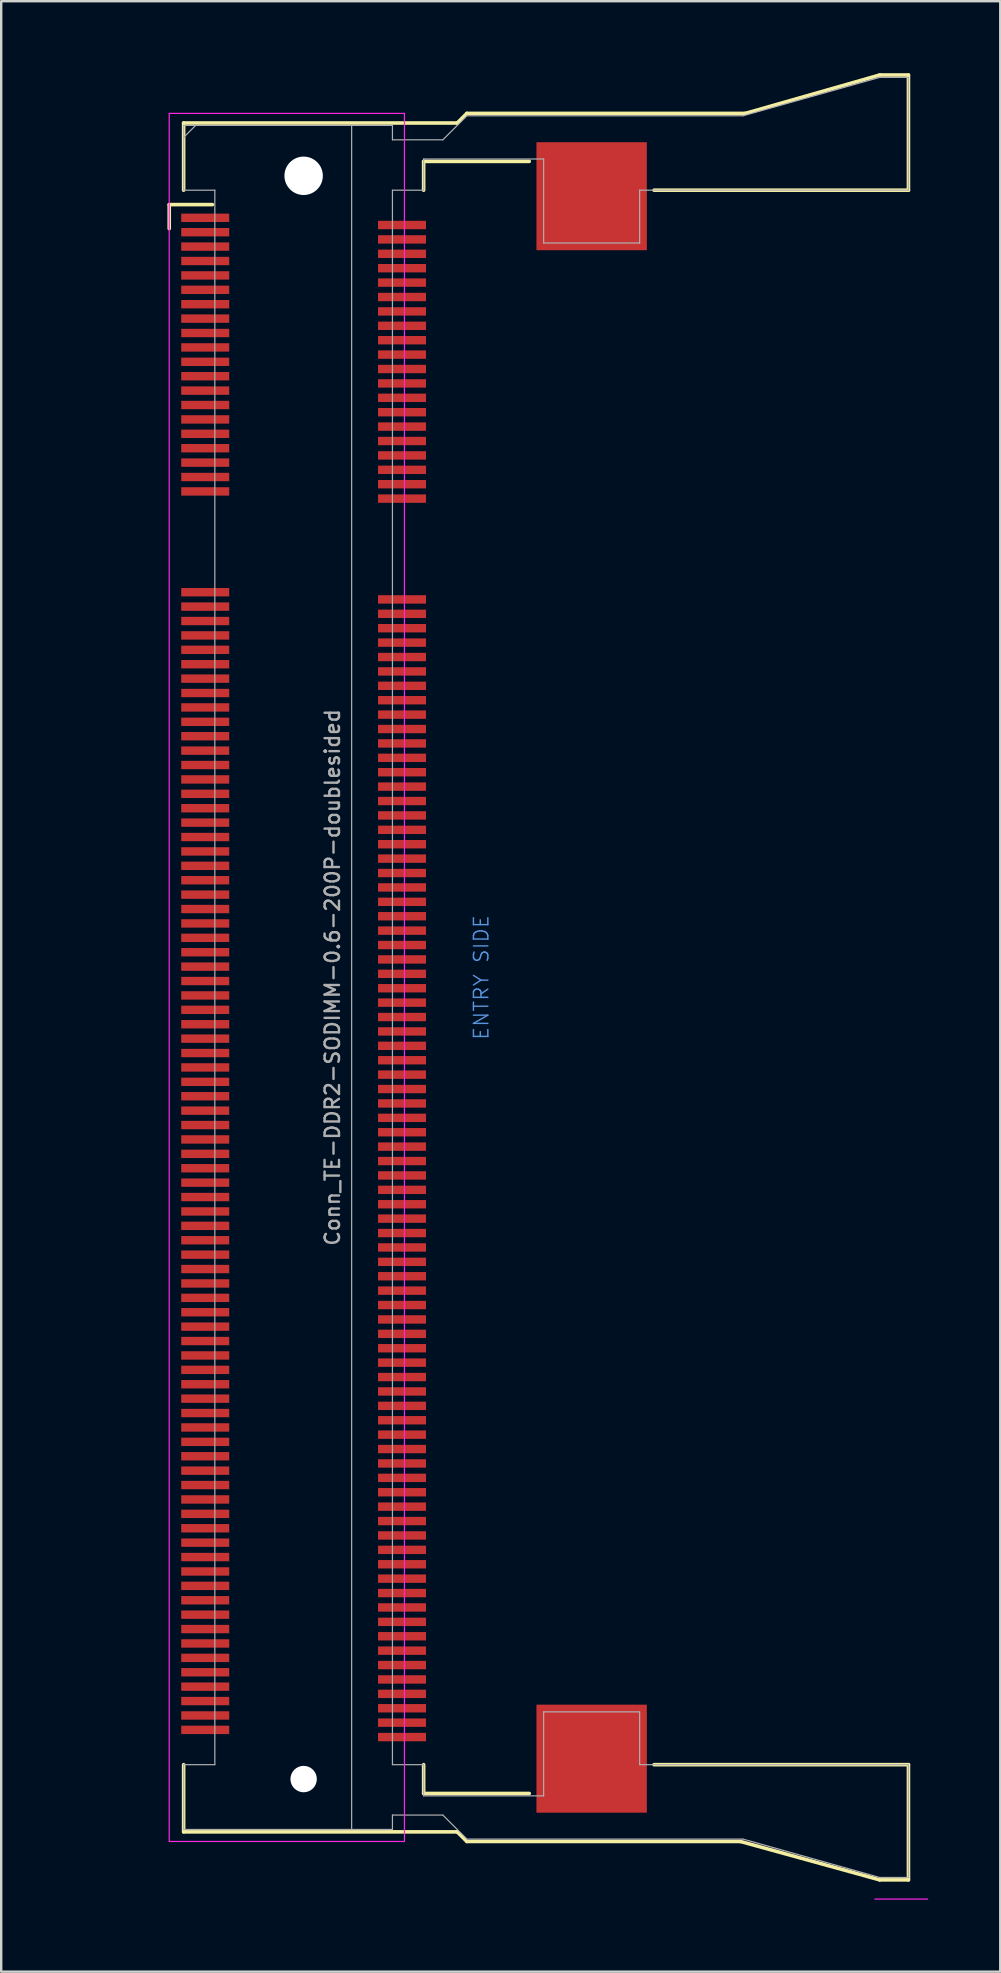
<source format=kicad_pcb>
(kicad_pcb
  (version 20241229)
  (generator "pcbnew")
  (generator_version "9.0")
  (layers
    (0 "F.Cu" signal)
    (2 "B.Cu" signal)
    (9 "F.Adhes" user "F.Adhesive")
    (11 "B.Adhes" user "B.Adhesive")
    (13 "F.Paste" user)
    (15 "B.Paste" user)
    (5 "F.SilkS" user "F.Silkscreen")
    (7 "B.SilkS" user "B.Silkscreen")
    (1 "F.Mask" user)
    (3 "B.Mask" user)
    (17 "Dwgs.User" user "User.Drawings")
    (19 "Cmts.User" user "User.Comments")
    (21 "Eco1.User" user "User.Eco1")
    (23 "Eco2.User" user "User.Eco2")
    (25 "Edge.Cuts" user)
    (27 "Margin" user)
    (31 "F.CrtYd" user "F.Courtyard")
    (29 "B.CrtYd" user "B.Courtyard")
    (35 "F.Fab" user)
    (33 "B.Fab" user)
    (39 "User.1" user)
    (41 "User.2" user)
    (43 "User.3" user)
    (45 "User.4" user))
  (footprint "Conn_TE-DDR2-SODIMM-0.6-200P-doublesided"
    (layer "F.Cu")
    (at 9.601 37.675)
    (property "Reference" "Conn_TE-DDR2-SODIMM-0.6-200P-doublesided" (at 1.2 0 90) (layer "F.Fab") (effects (font (size 0.6 0.6) (thickness 0.1))))
    (attr through_hole)
    (fp_line (start -5.6 -32.2) (end -3.8 -32.2) (stroke (width 0.15) (type solid)) (layer "F.SilkS"))
    (fp_line (start -5.6 -31.2) (end -5.6 -32.2) (stroke (width 0.15) (type solid)) (layer "F.SilkS"))
    (fp_line (start -5 -35.6) (end 6.4 -35.6) (stroke (width 0.15) (type solid)) (layer "F.SilkS"))
    (fp_line (start -5 -32.8) (end -5 -35.6) (stroke (width 0.15) (type solid)) (layer "F.SilkS"))
    (fp_line (start -5 32.8) (end -5 35.6) (stroke (width 0.15) (type solid)) (layer "F.SilkS"))
    (fp_line (start -5 35.6) (end 6.4 35.6) (stroke (width 0.15) (type solid)) (layer "F.SilkS"))
    (fp_line (start 5 -34) (end 9.4 -34) (stroke (width 0.15) (type solid)) (layer "F.SilkS"))
    (fp_line (start 5 -32.8) (end 5 -34) (stroke (width 0.15) (type solid)) (layer "F.SilkS"))
    (fp_line (start 5 34) (end 5 32.8) (stroke (width 0.15) (type solid)) (layer "F.SilkS"))
    (fp_line (start 6.4 -35.6) (end 6.8 -36) (stroke (width 0.15) (type solid)) (layer "F.SilkS"))
    (fp_line (start 6.4 35.6) (end 6.8 36) (stroke (width 0.15) (type solid)) (layer "F.SilkS"))
    (fp_line (start 6.8 -36) (end 18.4 -36) (stroke (width 0.15) (type solid)) (layer "F.SilkS"))
    (fp_line (start 6.8 36) (end 18.2 36) (stroke (width 0.15) (type solid)) (layer "F.SilkS"))
    (fp_line (start 9.4 34) (end 5 34) (stroke (width 0.15) (type solid)) (layer "F.SilkS"))
    (fp_line (start 14.6 -32.8) (end 25.2 -32.8) (stroke (width 0.15) (type solid)) (layer "F.SilkS"))
    (fp_line (start 14.6 32.8) (end 25.2 32.8) (stroke (width 0.15) (type solid)) (layer "F.SilkS"))
    (fp_line (start 18.2 36) (end 24 37.6) (stroke (width 0.15) (type solid)) (layer "F.SilkS"))
    (fp_line (start 18.4 -36) (end 24 -37.6) (stroke (width 0.15) (type solid)) (layer "F.SilkS"))
    (fp_line (start 24 -37.6) (end 25.2 -37.6) (stroke (width 0.15) (type solid)) (layer "F.SilkS"))
    (fp_line (start 24 37.6) (end 25.2 37.6) (stroke (width 0.15) (type solid)) (layer "F.SilkS"))
    (fp_line (start 25.2 -37.6) (end 25.2 -32.8) (stroke (width 0.15) (type solid)) (layer "F.SilkS"))
    (fp_line (start 25.2 37.6) (end 25.2 32.8) (stroke (width 0.15) (type solid)) (layer "F.SilkS"))
    (fp_line (start -5.6 -36) (end -5.6 36) (stroke (width 0.05) (type solid)) (layer "F.CrtYd"))
    (fp_line (start -5.6 -36) (end 4.2 -36) (stroke (width 0.05) (type solid)) (layer "F.CrtYd"))
    (fp_line (start -5.6 36) (end 4.2 36) (stroke (width 0.05) (type solid)) (layer "F.CrtYd"))
    (fp_line (start 4.2 -36) (end 4.2 36) (stroke (width 0.05) (type solid)) (layer "F.CrtYd"))
    (fp_line (start 23.8 38.4) (end 26 38.4) (stroke (width 0.05) (type solid)) (layer "F.CrtYd"))
    (fp_line (start -5 -35.5) (end -5 -32.8) (stroke (width 0.05) (type solid)) (layer "F.Fab"))
    (fp_line (start -5 -35.5) (end 2 -35.5) (stroke (width 0.05) (type solid)) (layer "F.Fab"))
    (fp_line (start -5 -35) (end -4.5 -35.5) (stroke (width 0.05) (type solid)) (layer "F.Fab"))
    (fp_line (start -5 -32.8) (end -3.7 -32.8) (stroke (width 0.05) (type solid)) (layer "F.Fab"))
    (fp_line (start -5 32.8) (end -3.7 32.8) (stroke (width 0.05) (type solid)) (layer "F.Fab"))
    (fp_line (start -5 35.5) (end -5 32.8) (stroke (width 0.05) (type solid)) (layer "F.Fab"))
    (fp_line (start -3.7 32.8) (end -3.7 -32.8) (stroke (width 0.05) (type solid)) (layer "F.Fab"))
    (fp_line (start 2 -35.5) (end 2 35.5) (stroke (width 0.05) (type solid)) (layer "F.Fab"))
    (fp_line (start 2 35.5) (end -5 35.5) (stroke (width 0.05) (type solid)) (layer "F.Fab"))
    (fp_line (start 3.7 -35.5) (end 2 -35.5) (stroke (width 0.05) (type solid)) (layer "F.Fab"))
    (fp_line (start 3.7 -35.5) (end 3.7 -34.9) (stroke (width 0.05) (type solid)) (layer "F.Fab"))
    (fp_line (start 3.7 -32.8) (end 3.7 32.8) (stroke (width 0.05) (type solid)) (layer "F.Fab"))
    (fp_line (start 3.7 -32.8) (end 5 -32.8) (stroke (width 0.05) (type solid)) (layer "F.Fab"))
    (fp_line (start 3.7 34.9) (end 3.7 35.5) (stroke (width 0.05) (type solid)) (layer "F.Fab"))
    (fp_line (start 3.7 34.9) (end 5.8 34.9) (stroke (width 0.05) (type solid)) (layer "F.Fab"))
    (fp_line (start 3.7 35.5) (end 2 35.5) (stroke (width 0.05) (type solid)) (layer "F.Fab"))
    (fp_line (start 5 -34.1) (end 10 -34.1) (stroke (width 0.05) (type solid)) (layer "F.Fab"))
    (fp_line (start 5 -32.8) (end 5 -34.1) (stroke (width 0.05) (type solid)) (layer "F.Fab"))
    (fp_line (start 5 32.8) (end 3.7 32.8) (stroke (width 0.05) (type solid)) (layer "F.Fab"))
    (fp_line (start 5 34.1) (end 5 32.8) (stroke (width 0.05) (type solid)) (layer "F.Fab"))
    (fp_line (start 5 34.1) (end 10 34.1) (stroke (width 0.05) (type solid)) (layer "F.Fab"))
    (fp_line (start 5.8 -34.9) (end 3.7 -34.9) (stroke (width 0.05) (type solid)) (layer "F.Fab"))
    (fp_line (start 5.8 -34.9) (end 6.8 -35.9) (stroke (width 0.05) (type solid)) (layer "F.Fab"))
    (fp_line (start 5.8 34.9) (end 6.8 35.9) (stroke (width 0.05) (type solid)) (layer "F.Fab"))
    (fp_line (start 6.8 -35.9) (end 18.3 -35.9) (stroke (width 0.05) (type solid)) (layer "F.Fab"))
    (fp_line (start 10 -34.1) (end 10 -30.6) (stroke (width 0.05) (type solid)) (layer "F.Fab"))
    (fp_line (start 10 -30.6) (end 14 -30.6) (stroke (width 0.05) (type solid)) (layer "F.Fab"))
    (fp_line (start 10 30.6) (end 14 30.6) (stroke (width 0.05) (type solid)) (layer "F.Fab"))
    (fp_line (start 10 34.1) (end 10 30.6) (stroke (width 0.05) (type solid)) (layer "F.Fab"))
    (fp_line (start 14 -32.8) (end 25.2 -32.8) (stroke (width 0.05) (type solid)) (layer "F.Fab"))
    (fp_line (start 14 -30.6) (end 14 -32.8) (stroke (width 0.05) (type solid)) (layer "F.Fab"))
    (fp_line (start 14 30.6) (end 14 32.8) (stroke (width 0.05) (type solid)) (layer "F.Fab"))
    (fp_line (start 14 32.8) (end 25.2 32.8) (stroke (width 0.05) (type solid)) (layer "F.Fab"))
    (fp_line (start 18.3 35.9) (end 6.8 35.9) (stroke (width 0.05) (type solid)) (layer "F.Fab"))
    (fp_line (start 18.3 35.9) (end 24 37.5) (stroke (width 0.05) (type solid)) (layer "F.Fab"))
    (fp_line (start 24 -37.5) (end 18.3 -35.9) (stroke (width 0.05) (type solid)) (layer "F.Fab"))
    (fp_line (start 25.2 -37.5) (end 24 -37.5) (stroke (width 0.05) (type solid)) (layer "F.Fab"))
    (fp_line (start 25.2 -32.8) (end 25.2 -37.5) (stroke (width 0.05) (type solid)) (layer "F.Fab"))
    (fp_line (start 25.2 37.5) (end 24 37.5) (stroke (width 0.05) (type solid)) (layer "F.Fab"))
    (fp_line (start 25.2 37.5) (end 25.2 32.8) (stroke (width 0.05) (type solid)) (layer "F.Fab"))
    (fp_text user "ENTRY SIDE" (at 7.4 0 90) (layer "Cmts.User") (effects (font (size 0.6 0.6) (thickness 0.06))))
    (fp_text user "${REFERENCE}" (at -4 -35 0) (layer "Eco1.User") (effects (font (size 0.3 0.3) (thickness 0.03))))
    (pad "" np_thru_hole circle (at 0 -33.4) (size 1.6 1.6) (drill 1.6) (layers "*.Cu"))
    (pad "" np_thru_hole circle (at 0 33.4) (size 1.1 1.1) (drill 1.1) (layers "*.Cu"))
    (pad "1" smd rect (at -4.1 -31.65) (size 2 0.35) (layers "F.Cu" "F.Paste"))
    (pad "2" smd rect (at 4.1 -31.35) (size 2 0.35) (layers "F.Cu" "F.Paste"))
    (pad "3" smd rect (at -4.1 -31.05) (size 2 0.35) (layers "F.Cu" "F.Paste"))
    (pad "4" smd rect (at 4.1 -30.75) (size 2 0.35) (layers "F.Cu" "F.Paste"))
    (pad "5" smd rect (at -4.1 -30.45) (size 2 0.35) (layers "F.Cu" "F.Paste"))
    (pad "6" smd rect (at 4.1 -30.15) (size 2 0.35) (layers "F.Cu" "F.Paste"))
    (pad "7" smd rect (at -4.1 -29.85) (size 2 0.35) (layers "F.Cu" "F.Paste"))
    (pad "8" smd rect (at 4.1 -29.55) (size 2 0.35) (layers "F.Cu" "F.Paste"))
    (pad "9" smd rect (at -4.1 -29.25) (size 2 0.35) (layers "F.Cu" "F.Paste"))
    (pad "10" smd rect (at 4.1 -28.95) (size 2 0.35) (layers "F.Cu" "F.Paste"))
    (pad "11" smd rect (at -4.1 -28.65) (size 2 0.35) (layers "F.Cu" "F.Paste"))
    (pad "12" smd rect (at 4.1 -28.35) (size 2 0.35) (layers "F.Cu" "F.Paste"))
    (pad "13" smd rect (at -4.1 -28.05) (size 2 0.35) (layers "F.Cu" "F.Paste"))
    (pad "14" smd rect (at 4.1 -27.75) (size 2 0.35) (layers "F.Cu" "F.Paste"))
    (pad "15" smd rect (at -4.1 -27.45) (size 2 0.35) (layers "F.Cu" "F.Paste"))
    (pad "16" smd rect (at 4.1 -27.15) (size 2 0.35) (layers "F.Cu" "F.Paste"))
    (pad "17" smd rect (at -4.1 -26.85) (size 2 0.35) (layers "F.Cu" "F.Paste"))
    (pad "18" smd rect (at 4.1 -26.55) (size 2 0.35) (layers "F.Cu" "F.Paste"))
    (pad "19" smd rect (at -4.1 -26.25) (size 2 0.35) (layers "F.Cu" "F.Paste"))
    (pad "20" smd rect (at 4.1 -25.95) (size 2 0.35) (layers "F.Cu" "F.Paste"))
    (pad "21" smd rect (at -4.1 -25.65) (size 2 0.35) (layers "F.Cu" "F.Paste"))
    (pad "22" smd rect (at 4.1 -25.35) (size 2 0.35) (layers "F.Cu" "F.Paste"))
    (pad "23" smd rect (at -4.1 -25.05) (size 2 0.35) (layers "F.Cu" "F.Paste"))
    (pad "24" smd rect (at 4.1 -24.75) (size 2 0.35) (layers "F.Cu" "F.Paste"))
    (pad "25" smd rect (at -4.1 -24.45) (size 2 0.35) (layers "F.Cu" "F.Paste"))
    (pad "26" smd rect (at 4.1 -24.15) (size 2 0.35) (layers "F.Cu" "F.Paste"))
    (pad "27" smd rect (at -4.1 -23.85) (size 2 0.35) (layers "F.Cu" "F.Paste"))
    (pad "28" smd rect (at 4.1 -23.55) (size 2 0.35) (layers "F.Cu" "F.Paste"))
    (pad "29" smd rect (at -4.1 -23.25) (size 2 0.35) (layers "F.Cu" "F.Paste"))
    (pad "30" smd rect (at 4.1 -22.95) (size 2 0.35) (layers "F.Cu" "F.Paste"))
    (pad "31" smd rect (at -4.1 -22.65) (size 2 0.35) (layers "F.Cu" "F.Paste"))
    (pad "32" smd rect (at 4.1 -22.35) (size 2 0.35) (layers "F.Cu" "F.Paste"))
    (pad "33" smd rect (at -4.1 -22.05) (size 2 0.35) (layers "F.Cu" "F.Paste"))
    (pad "34" smd rect (at 4.1 -21.75) (size 2 0.35) (layers "F.Cu" "F.Paste"))
    (pad "35" smd rect (at -4.1 -21.45) (size 2 0.35) (layers "F.Cu" "F.Paste"))
    (pad "36" smd rect (at 4.1 -21.15) (size 2 0.35) (layers "F.Cu" "F.Paste"))
    (pad "37" smd rect (at -4.1 -20.85) (size 2 0.35) (layers "F.Cu" "F.Paste"))
    (pad "38" smd rect (at 4.1 -20.55) (size 2 0.35) (layers "F.Cu" "F.Paste"))
    (pad "39" smd rect (at -4.1 -20.25) (size 2 0.35) (layers "F.Cu" "F.Paste"))
    (pad "40" smd rect (at 4.1 -19.95) (size 2 0.35) (layers "F.Cu" "F.Paste"))
    (pad "41" smd rect (at -4.1 -16.05) (size 2 0.35) (layers "F.Cu" "F.Paste"))
    (pad "42" smd rect (at 4.1 -15.75) (size 2 0.35) (layers "F.Cu" "F.Paste"))
    (pad "43" smd rect (at -4.1 -15.45) (size 2 0.35) (layers "F.Cu" "F.Paste"))
    (pad "44" smd rect (at 4.1 -15.15) (size 2 0.35) (layers "F.Cu" "F.Paste"))
    (pad "45" smd rect (at -4.1 -14.85) (size 2 0.35) (layers "F.Cu" "F.Paste"))
    (pad "46" smd rect (at 4.1 -14.55) (size 2 0.35) (layers "F.Cu" "F.Paste"))
    (pad "47" smd rect (at -4.1 -14.25) (size 2 0.35) (layers "F.Cu" "F.Paste"))
    (pad "48" smd rect (at 4.1 -13.95) (size 2 0.35) (layers "F.Cu" "F.Paste"))
    (pad "49" smd rect (at -4.1 -13.65) (size 2 0.35) (layers "F.Cu" "F.Paste"))
    (pad "50" smd rect (at 4.1 -13.35) (size 2 0.35) (layers "F.Cu" "F.Paste"))
    (pad "51" smd rect (at -4.1 -13.05) (size 2 0.35) (layers "F.Cu" "F.Paste"))
    (pad "52" smd rect (at 4.1 -12.75) (size 2 0.35) (layers "F.Cu" "F.Paste"))
    (pad "53" smd rect (at -4.1 -12.45) (size 2 0.35) (layers "F.Cu" "F.Paste"))
    (pad "54" smd rect (at 4.1 -12.15) (size 2 0.35) (layers "F.Cu" "F.Paste"))
    (pad "55" smd rect (at -4.1 -11.85) (size 2 0.35) (layers "F.Cu" "F.Paste"))
    (pad "56" smd rect (at 4.1 -11.55) (size 2 0.35) (layers "F.Cu" "F.Paste"))
    (pad "57" smd rect (at -4.1 -11.25) (size 2 0.35) (layers "F.Cu" "F.Paste"))
    (pad "58" smd rect (at 4.1 -10.95) (size 2 0.35) (layers "F.Cu" "F.Paste"))
    (pad "59" smd rect (at -4.1 -10.65) (size 2 0.35) (layers "F.Cu" "F.Paste"))
    (pad "60" smd rect (at 4.1 -10.35) (size 2 0.35) (layers "F.Cu" "F.Paste"))
    (pad "61" smd rect (at -4.1 -10.05) (size 2 0.35) (layers "F.Cu" "F.Paste"))
    (pad "62" smd rect (at 4.1 -9.75) (size 2 0.35) (layers "F.Cu" "F.Paste"))
    (pad "63" smd rect (at -4.1 -9.45) (size 2 0.35) (layers "F.Cu" "F.Paste"))
    (pad "64" smd rect (at 4.1 -9.15) (size 2 0.35) (layers "F.Cu" "F.Paste"))
    (pad "65" smd rect (at -4.1 -8.85) (size 2 0.35) (layers "F.Cu" "F.Paste"))
    (pad "66" smd rect (at 4.1 -8.55) (size 2 0.35) (layers "F.Cu" "F.Paste"))
    (pad "67" smd rect (at -4.1 -8.25) (size 2 0.35) (layers "F.Cu" "F.Paste"))
    (pad "68" smd rect (at 4.1 -7.95) (size 2 0.35) (layers "F.Cu" "F.Paste"))
    (pad "69" smd rect (at -4.1 -7.65) (size 2 0.35) (layers "F.Cu" "F.Paste"))
    (pad "70" smd rect (at 4.1 -7.35) (size 2 0.35) (layers "F.Cu" "F.Paste"))
    (pad "71" smd rect (at -4.1 -7.05) (size 2 0.35) (layers "F.Cu" "F.Paste"))
    (pad "72" smd rect (at 4.1 -6.75) (size 2 0.35) (layers "F.Cu" "F.Paste"))
    (pad "73" smd rect (at -4.1 -6.45) (size 2 0.35) (layers "F.Cu" "F.Paste"))
    (pad "74" smd rect (at 4.1 -6.15) (size 2 0.35) (layers "F.Cu" "F.Paste"))
    (pad "75" smd rect (at -4.1 -5.85) (size 2 0.35) (layers "F.Cu" "F.Paste"))
    (pad "76" smd rect (at 4.1 -5.55) (size 2 0.35) (layers "F.Cu" "F.Paste"))
    (pad "77" smd rect (at -4.1 -5.25) (size 2 0.35) (layers "F.Cu" "F.Paste"))
    (pad "78" smd rect (at 4.1 -4.95) (size 2 0.35) (layers "F.Cu" "F.Paste"))
    (pad "79" smd rect (at -4.1 -4.65) (size 2 0.35) (layers "F.Cu" "F.Paste"))
    (pad "80" smd rect (at 4.1 -4.35) (size 2 0.35) (layers "F.Cu" "F.Paste"))
    (pad "81" smd rect (at -4.1 -4.05) (size 2 0.35) (layers "F.Cu" "F.Paste"))
    (pad "82" smd rect (at 4.1 -3.75) (size 2 0.35) (layers "F.Cu" "F.Paste"))
    (pad "83" smd rect (at -4.1 -3.45) (size 2 0.35) (layers "F.Cu" "F.Paste"))
    (pad "84" smd rect (at 4.1 -3.15) (size 2 0.35) (layers "F.Cu" "F.Paste"))
    (pad "85" smd rect (at -4.1 -2.85) (size 2 0.35) (layers "F.Cu" "F.Paste"))
    (pad "86" smd rect (at 4.1 -2.55) (size 2 0.35) (layers "F.Cu" "F.Paste"))
    (pad "87" smd rect (at -4.1 -2.25) (size 2 0.35) (layers "F.Cu" "F.Paste"))
    (pad "88" smd rect (at 4.1 -1.95) (size 2 0.35) (layers "F.Cu" "F.Paste"))
    (pad "89" smd rect (at -4.1 -1.65) (size 2 0.35) (layers "F.Cu" "F.Paste"))
    (pad "90" smd rect (at 4.1 -1.35) (size 2 0.35) (layers "F.Cu" "F.Paste"))
    (pad "91" smd rect (at -4.1 -1.05) (size 2 0.35) (layers "F.Cu" "F.Paste"))
    (pad "92" smd rect (at 4.1 -0.75) (size 2 0.35) (layers "F.Cu" "F.Paste"))
    (pad "93" smd rect (at -4.1 -0.45) (size 2 0.35) (layers "F.Cu" "F.Paste"))
    (pad "94" smd rect (at 4.1 -0.15) (size 2 0.35) (layers "F.Cu" "F.Paste"))
    (pad "95" smd rect (at -4.1 0.15) (size 2 0.35) (layers "F.Cu" "F.Paste"))
    (pad "96" smd rect (at 4.1 0.45) (size 2 0.35) (layers "F.Cu" "F.Paste"))
    (pad "97" smd rect (at -4.1 0.75) (size 2 0.35) (layers "F.Cu" "F.Paste"))
    (pad "98" smd rect (at 4.1 1.05) (size 2 0.35) (layers "F.Cu" "F.Paste"))
    (pad "99" smd rect (at -4.1 1.35) (size 2 0.35) (layers "F.Cu" "F.Paste"))
    (pad "100" smd rect (at 4.1 1.65) (size 2 0.35) (layers "F.Cu" "F.Paste"))
    (pad "101" smd rect (at -4.1 1.95) (size 2 0.35) (layers "F.Cu" "F.Paste"))
    (pad "102" smd rect (at 4.1 2.25) (size 2 0.35) (layers "F.Cu" "F.Paste"))
    (pad "103" smd rect (at -4.1 2.55) (size 2 0.35) (layers "F.Cu" "F.Paste"))
    (pad "104" smd rect (at 4.1 2.85) (size 2 0.35) (layers "F.Cu" "F.Paste"))
    (pad "105" smd rect (at -4.1 3.15) (size 2 0.35) (layers "F.Cu" "F.Paste"))
    (pad "106" smd rect (at 4.1 3.45) (size 2 0.35) (layers "F.Cu" "F.Paste"))
    (pad "107" smd rect (at -4.1 3.75) (size 2 0.35) (layers "F.Cu" "F.Paste"))
    (pad "108" smd rect (at 4.1 4.05) (size 2 0.35) (layers "F.Cu" "F.Paste"))
    (pad "109" smd rect (at -4.1 4.35) (size 2 0.35) (layers "F.Cu" "F.Paste"))
    (pad "110" smd rect (at 4.1 4.65) (size 2 0.35) (layers "F.Cu" "F.Paste"))
    (pad "111" smd rect (at -4.1 4.95) (size 2 0.35) (layers "F.Cu" "F.Paste"))
    (pad "112" smd rect (at 4.1 5.25) (size 2 0.35) (layers "F.Cu" "F.Paste"))
    (pad "113" smd rect (at -4.1 5.55) (size 2 0.35) (layers "F.Cu" "F.Paste"))
    (pad "114" smd rect (at 4.1 5.85) (size 2 0.35) (layers "F.Cu" "F.Paste"))
    (pad "115" smd rect (at -4.1 6.15) (size 2 0.35) (layers "F.Cu" "F.Paste"))
    (pad "116" smd rect (at 4.1 6.45) (size 2 0.35) (layers "F.Cu" "F.Paste"))
    (pad "117" smd rect (at -4.1 6.75) (size 2 0.35) (layers "F.Cu" "F.Paste"))
    (pad "118" smd rect (at 4.1 7.05) (size 2 0.35) (layers "F.Cu" "F.Paste"))
    (pad "119" smd rect (at -4.1 7.35) (size 2 0.35) (layers "F.Cu" "F.Paste"))
    (pad "120" smd rect (at 4.1 7.65) (size 2 0.35) (layers "F.Cu" "F.Paste"))
    (pad "121" smd rect (at -4.1 7.95) (size 2 0.35) (layers "F.Cu" "F.Paste"))
    (pad "122" smd rect (at 4.1 8.25) (size 2 0.35) (layers "F.Cu" "F.Paste"))
    (pad "123" smd rect (at -4.1 8.55) (size 2 0.35) (layers "F.Cu" "F.Paste"))
    (pad "124" smd rect (at 4.1 8.85) (size 2 0.35) (layers "F.Cu" "F.Paste"))
    (pad "125" smd rect (at -4.1 9.15) (size 2 0.35) (layers "F.Cu" "F.Paste"))
    (pad "126" smd rect (at 4.1 9.45) (size 2 0.35) (layers "F.Cu" "F.Paste"))
    (pad "127" smd rect (at -4.1 9.75) (size 2 0.35) (layers "F.Cu" "F.Paste"))
    (pad "128" smd rect (at 4.1 10.05) (size 2 0.35) (layers "F.Cu" "F.Paste"))
    (pad "129" smd rect (at -4.1 10.35) (size 2 0.35) (layers "F.Cu" "F.Paste"))
    (pad "130" smd rect (at 4.1 10.65) (size 2 0.35) (layers "F.Cu" "F.Paste"))
    (pad "131" smd rect (at -4.1 10.95) (size 2 0.35) (layers "F.Cu" "F.Paste"))
    (pad "132" smd rect (at 4.1 11.25) (size 2 0.35) (layers "F.Cu" "F.Paste"))
    (pad "133" smd rect (at -4.1 11.55) (size 2 0.35) (layers "F.Cu" "F.Paste"))
    (pad "134" smd rect (at 4.1 11.85) (size 2 0.35) (layers "F.Cu" "F.Paste"))
    (pad "135" smd rect (at -4.1 12.15) (size 2 0.35) (layers "F.Cu" "F.Paste"))
    (pad "136" smd rect (at 4.1 12.45) (size 2 0.35) (layers "F.Cu" "F.Paste"))
    (pad "137" smd rect (at -4.1 12.75) (size 2 0.35) (layers "F.Cu" "F.Paste"))
    (pad "138" smd rect (at 4.1 13.05) (size 2 0.35) (layers "F.Cu" "F.Paste"))
    (pad "139" smd rect (at -4.1 13.35) (size 2 0.35) (layers "F.Cu" "F.Paste"))
    (pad "140" smd rect (at 4.1 13.65) (size 2 0.35) (layers "F.Cu" "F.Paste"))
    (pad "141" smd rect (at -4.1 13.95) (size 2 0.35) (layers "F.Cu" "F.Paste"))
    (pad "142" smd rect (at 4.1 14.25) (size 2 0.35) (layers "F.Cu" "F.Paste"))
    (pad "143" smd rect (at -4.1 14.55) (size 2 0.35) (layers "F.Cu" "F.Paste"))
    (pad "144" smd rect (at 4.1 14.85) (size 2 0.35) (layers "F.Cu" "F.Paste"))
    (pad "145" smd rect (at -4.1 15.15) (size 2 0.35) (layers "F.Cu" "F.Paste"))
    (pad "146" smd rect (at 4.1 15.45) (size 2 0.35) (layers "F.Cu" "F.Paste"))
    (pad "147" smd rect (at -4.1 15.75) (size 2 0.35) (layers "F.Cu" "F.Paste"))
    (pad "148" smd rect (at 4.1 16.05) (size 2 0.35) (layers "F.Cu" "F.Paste"))
    (pad "149" smd rect (at -4.1 16.35) (size 2 0.35) (layers "F.Cu" "F.Paste"))
    (pad "150" smd rect (at 4.1 16.65) (size 2 0.35) (layers "F.Cu" "F.Paste"))
    (pad "151" smd rect (at -4.1 16.95) (size 2 0.35) (layers "F.Cu" "F.Paste"))
    (pad "152" smd rect (at 4.1 17.25) (size 2 0.35) (layers "F.Cu" "F.Paste"))
    (pad "153" smd rect (at -4.1 17.55) (size 2 0.35) (layers "F.Cu" "F.Paste"))
    (pad "154" smd rect (at 4.1 17.85) (size 2 0.35) (layers "F.Cu" "F.Paste"))
    (pad "155" smd rect (at -4.1 18.15) (size 2 0.35) (layers "F.Cu" "F.Paste"))
    (pad "156" smd rect (at 4.1 18.45) (size 2 0.35) (layers "F.Cu" "F.Paste"))
    (pad "157" smd rect (at -4.1 18.75) (size 2 0.35) (layers "F.Cu" "F.Paste"))
    (pad "158" smd rect (at 4.1 19.05) (size 2 0.35) (layers "F.Cu" "F.Paste"))
    (pad "159" smd rect (at -4.1 19.35) (size 2 0.35) (layers "F.Cu" "F.Paste"))
    (pad "160" smd rect (at 4.1 19.65) (size 2 0.35) (layers "F.Cu" "F.Paste"))
    (pad "161" smd rect (at -4.1 19.95) (size 2 0.35) (layers "F.Cu" "F.Paste"))
    (pad "162" smd rect (at 4.1 20.25) (size 2 0.35) (layers "F.Cu" "F.Paste"))
    (pad "163" smd rect (at -4.1 20.55) (size 2 0.35) (layers "F.Cu" "F.Paste"))
    (pad "164" smd rect (at 4.1 20.85) (size 2 0.35) (layers "F.Cu" "F.Paste"))
    (pad "165" smd rect (at -4.1 21.15) (size 2 0.35) (layers "F.Cu" "F.Paste"))
    (pad "166" smd rect (at 4.1 21.45) (size 2 0.35) (layers "F.Cu" "F.Paste"))
    (pad "167" smd rect (at -4.1 21.75) (size 2 0.35) (layers "F.Cu" "F.Paste"))
    (pad "168" smd rect (at 4.1 22.05) (size 2 0.35) (layers "F.Cu" "F.Paste"))
    (pad "169" smd rect (at -4.1 22.35) (size 2 0.35) (layers "F.Cu" "F.Paste"))
    (pad "170" smd rect (at 4.1 22.65) (size 2 0.35) (layers "F.Cu" "F.Paste"))
    (pad "171" smd rect (at -4.1 22.95) (size 2 0.35) (layers "F.Cu" "F.Paste"))
    (pad "172" smd rect (at 4.1 23.25) (size 2 0.35) (layers "F.Cu" "F.Paste"))
    (pad "173" smd rect (at -4.1 23.55) (size 2 0.35) (layers "F.Cu" "F.Paste"))
    (pad "174" smd rect (at 4.1 23.85) (size 2 0.35) (layers "F.Cu" "F.Paste"))
    (pad "175" smd rect (at -4.1 24.15) (size 2 0.35) (layers "F.Cu" "F.Paste"))
    (pad "176" smd rect (at 4.1 24.45) (size 2 0.35) (layers "F.Cu" "F.Paste"))
    (pad "177" smd rect (at -4.1 24.75) (size 2 0.35) (layers "F.Cu" "F.Paste"))
    (pad "178" smd rect (at 4.1 25.05) (size 2 0.35) (layers "F.Cu" "F.Paste"))
    (pad "179" smd rect (at -4.1 25.35) (size 2 0.35) (layers "F.Cu" "F.Paste"))
    (pad "180" smd rect (at 4.1 25.65) (size 2 0.35) (layers "F.Cu" "F.Paste"))
    (pad "181" smd rect (at -4.1 25.95) (size 2 0.35) (layers "F.Cu" "F.Paste"))
    (pad "182" smd rect (at 4.1 26.25) (size 2 0.35) (layers "F.Cu" "F.Paste"))
    (pad "183" smd rect (at -4.1 26.55) (size 2 0.35) (layers "F.Cu" "F.Paste"))
    (pad "184" smd rect (at 4.1 26.85) (size 2 0.35) (layers "F.Cu" "F.Paste"))
    (pad "185" smd rect (at -4.1 27.15) (size 2 0.35) (layers "F.Cu" "F.Paste"))
    (pad "186" smd rect (at 4.1 27.45) (size 2 0.35) (layers "F.Cu" "F.Paste"))
    (pad "187" smd rect (at -4.1 27.75) (size 2 0.35) (layers "F.Cu" "F.Paste"))
    (pad "188" smd rect (at 4.1 28.05) (size 2 0.35) (layers "F.Cu" "F.Paste"))
    (pad "189" smd rect (at -4.1 28.35) (size 2 0.35) (layers "F.Cu" "F.Paste"))
    (pad "190" smd rect (at 4.1 28.65) (size 2 0.35) (layers "F.Cu" "F.Paste"))
    (pad "191" smd rect (at -4.1 28.95) (size 2 0.35) (layers "F.Cu" "F.Paste"))
    (pad "192" smd rect (at 4.1 29.25) (size 2 0.35) (layers "F.Cu" "F.Paste"))
    (pad "193" smd rect (at -4.1 29.55) (size 2 0.35) (layers "F.Cu" "F.Paste"))
    (pad "194" smd rect (at 4.1 29.85) (size 2 0.35) (layers "F.Cu" "F.Paste"))
    (pad "195" smd rect (at -4.1 30.15) (size 2 0.35) (layers "F.Cu" "F.Paste"))
    (pad "196" smd rect (at 4.1 30.45) (size 2 0.35) (layers "F.Cu" "F.Paste"))
    (pad "197" smd rect (at -4.1 30.75) (size 2 0.35) (layers "F.Cu" "F.Paste"))
    (pad "198" smd rect (at 4.1 31.05) (size 2 0.35) (layers "F.Cu" "F.Paste"))
    (pad "199" smd rect (at -4.1 31.35) (size 2 0.35) (layers "F.Cu" "F.Paste"))
    (pad "200" smd rect (at 4.1 31.65) (size 2 0.35) (layers "F.Cu" "F.Paste"))
    (pad "201" smd rect (at 12 -32.55) (size 4.6 4.5) (layers "F.Cu" "F.Mask" "F.Paste"))
    (pad "201" smd rect (at 12 32.55) (size 4.6 4.5) (layers "F.Cu" "F.Mask" "F.Paste")))
  (gr_rect
    (start -3 -3)
    (end 38.626 79.1)
    (stroke (width 0.1) (type default))
    (fill no)
    (layer "Edge.Cuts")))
</source>
